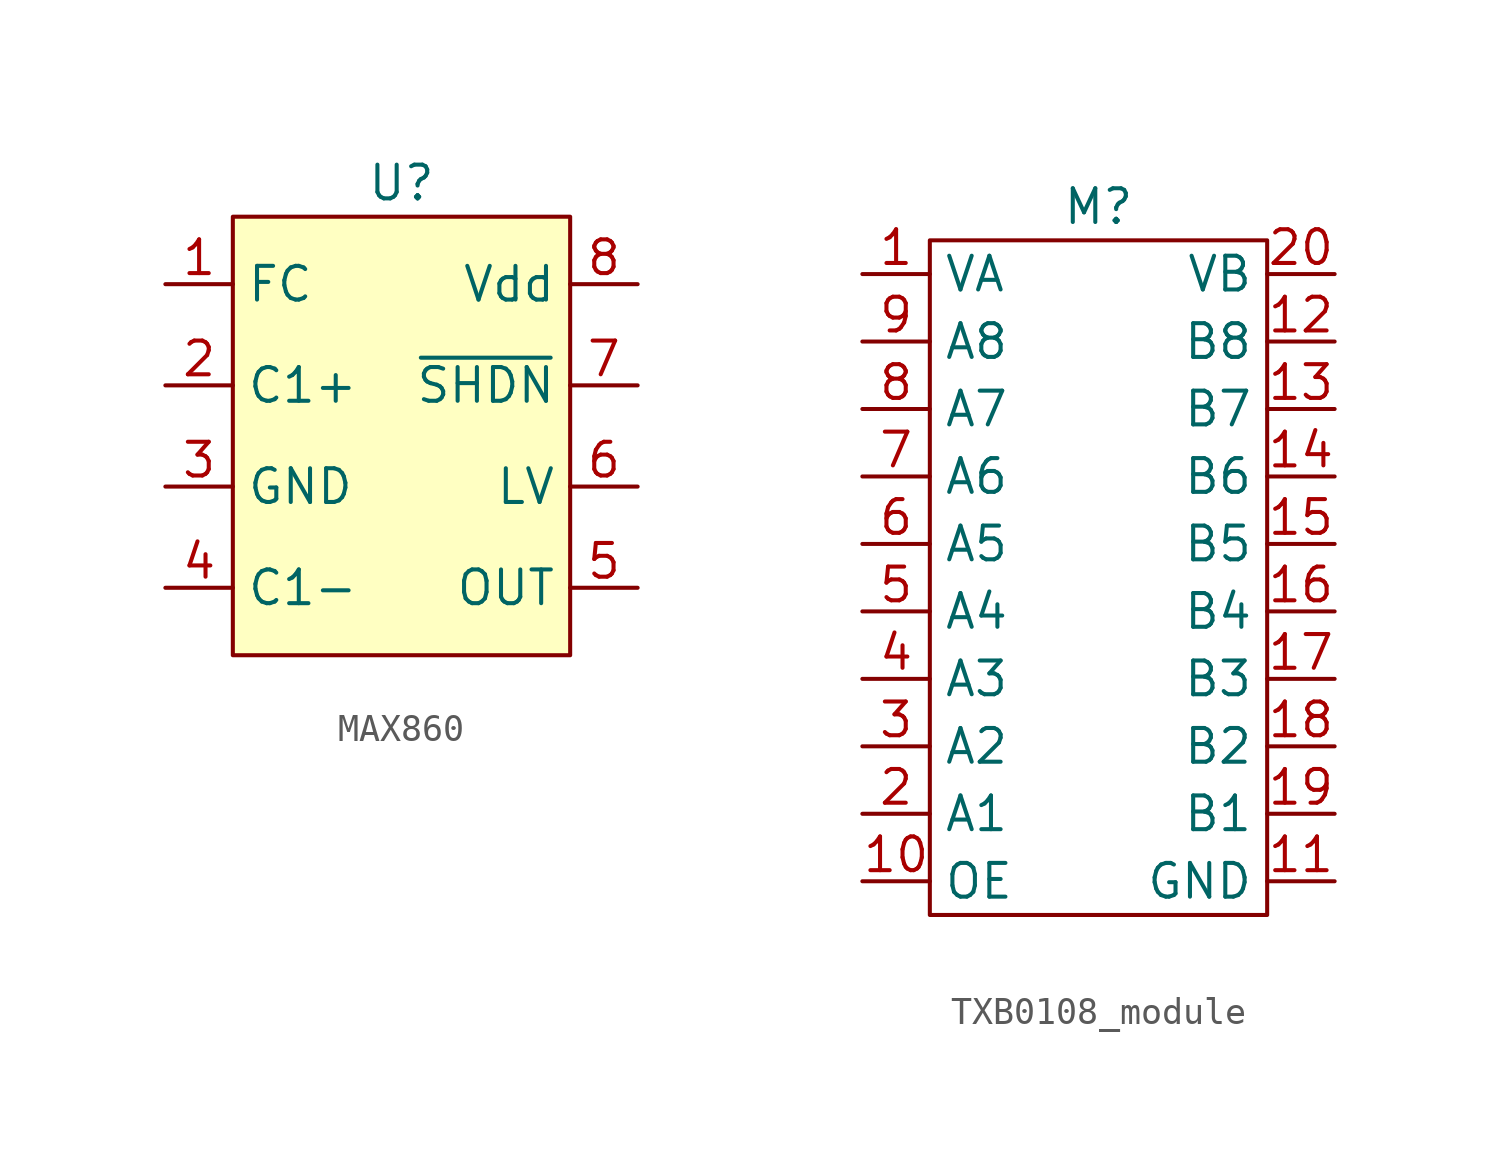
<source format=kicad_sym>
(kicad_symbol_lib
  (version 20231120)
  (generator "kicad_symbol_editor")
  (generator_version "8.0")
  (symbol "MAX860"
    (property "Reference" "U"
      (at 0 0 0)
      (effects (font (size 1.27 1.27))))
    (property "Value" ""
      (at 0 0 0)
      (effects (font (size 1.27 1.27))))
    (symbol "MAX860_1_1"
      (rectangle (start -6.35 -1.27) (end 6.35 -17.78) (stroke (width 0) (type default)) (fill (type background)))
      (pin input line (at -8.89 -3.81 0) (length 2.54) (name "FC" (effects (font (size 1.27 1.27)))) (number "1" (effects (font (size 1.27 1.27)))))
      (pin input line (at -8.89 -7.62 0) (length 2.54) (name "C1+" (effects (font (size 1.27 1.27)))) (number "2" (effects (font (size 1.27 1.27)))))
      (pin power_in line (at -8.89 -11.43 0) (length 2.54) (name "GND" (effects (font (size 1.27 1.27)))) (number "3" (effects (font (size 1.27 1.27)))))
      (pin input line (at -8.89 -15.24 0) (length 2.54) (name "C1-" (effects (font (size 1.27 1.27)))) (number "4" (effects (font (size 1.27 1.27)))))
      (pin power_out line (at 8.89 -15.24 180) (length 2.54) (name "OUT" (effects (font (size 1.27 1.27)))) (number "5" (effects (font (size 1.27 1.27)))))
      (pin input line (at 8.89 -11.43 180) (length 2.54) (name "LV" (effects (font (size 1.27 1.27)))) (number "6" (effects (font (size 1.27 1.27)))))
      (pin input line (at 8.89 -7.62 180) (length 2.54) (name "~{SHDN}" (effects (font (size 1.27 1.27)))) (number "7" (effects (font (size 1.27 1.27)))))
      (pin power_in line (at 8.89 -3.81 180) (length 2.54) (name "Vdd" (effects (font (size 1.27 1.27)))) (number "8" (effects (font (size 1.27 1.27)))))))
  (symbol "TXB0108_module"
    (property "Reference" "M"
      (at 0 15.24 0)
      (effects (font (size 1.27 1.27))))
    (property "Value" ""
      (at 0 0 0)
      (effects (font (size 1.27 1.27))))
    (symbol "TXB0108_module_0_1"
      (rectangle (start -6.35 13.97) (end 6.35 -11.43) (stroke (width 0) (type default)) (fill (type none))))
    (symbol "TXB0108_module_1_1"
      (pin power_in line (at -8.89 12.7 0) (length 2.54) (name "VA" (effects (font (size 1.27 1.27)))) (number "1" (effects (font (size 1.27 1.27)))))
      (pin input line (at -8.89 -10.16 0) (length 2.54) (name "OE" (effects (font (size 1.27 1.27)))) (number "10" (effects (font (size 1.27 1.27)))))
      (pin power_in line (at 8.89 -10.16 180) (length 2.54) (name "GND" (effects (font (size 1.27 1.27)))) (number "11" (effects (font (size 1.27 1.27)))))
      (pin bidirectional line (at 8.89 10.16 180) (length 2.54) (name "B8" (effects (font (size 1.27 1.27)))) (number "12" (effects (font (size 1.27 1.27)))))
      (pin bidirectional line (at 8.89 7.62 180) (length 2.54) (name "B7" (effects (font (size 1.27 1.27)))) (number "13" (effects (font (size 1.27 1.27)))))
      (pin bidirectional line (at 8.89 5.08 180) (length 2.54) (name "B6" (effects (font (size 1.27 1.27)))) (number "14" (effects (font (size 1.27 1.27)))))
      (pin bidirectional line (at 8.89 2.54 180) (length 2.54) (name "B5" (effects (font (size 1.27 1.27)))) (number "15" (effects (font (size 1.27 1.27)))))
      (pin bidirectional line (at 8.89 0 180) (length 2.54) (name "B4" (effects (font (size 1.27 1.27)))) (number "16" (effects (font (size 1.27 1.27)))))
      (pin bidirectional line (at 8.89 -2.54 180) (length 2.54) (name "B3" (effects (font (size 1.27 1.27)))) (number "17" (effects (font (size 1.27 1.27)))))
      (pin bidirectional line (at 8.89 -5.08 180) (length 2.54) (name "B2" (effects (font (size 1.27 1.27)))) (number "18" (effects (font (size 1.27 1.27)))))
      (pin bidirectional line (at 8.89 -7.62 180) (length 2.54) (name "B1" (effects (font (size 1.27 1.27)))) (number "19" (effects (font (size 1.27 1.27)))))
      (pin bidirectional line (at -8.89 -7.62 0) (length 2.54) (name "A1" (effects (font (size 1.27 1.27)))) (number "2" (effects (font (size 1.27 1.27)))))
      (pin power_in line (at 8.89 12.7 180) (length 2.54) (name "VB" (effects (font (size 1.27 1.27)))) (number "20" (effects (font (size 1.27 1.27)))))
      (pin bidirectional line (at -8.89 -5.08 0) (length 2.54) (name "A2" (effects (font (size 1.27 1.27)))) (number "3" (effects (font (size 1.27 1.27)))))
      (pin bidirectional line (at -8.89 -2.54 0) (length 2.54) (name "A3" (effects (font (size 1.27 1.27)))) (number "4" (effects (font (size 1.27 1.27)))))
      (pin bidirectional line (at -8.89 0 0) (length 2.54) (name "A4" (effects (font (size 1.27 1.27)))) (number "5" (effects (font (size 1.27 1.27)))))
      (pin bidirectional line (at -8.89 2.54 0) (length 2.54) (name "A5" (effects (font (size 1.27 1.27)))) (number "6" (effects (font (size 1.27 1.27)))))
      (pin bidirectional line (at -8.89 5.08 0) (length 2.54) (name "A6" (effects (font (size 1.27 1.27)))) (number "7" (effects (font (size 1.27 1.27)))))
      (pin bidirectional line (at -8.89 7.62 0) (length 2.54) (name "A7" (effects (font (size 1.27 1.27)))) (number "8" (effects (font (size 1.27 1.27)))))
      (pin bidirectional line (at -8.89 10.16 0) (length 2.54) (name "A8" (effects (font (size 1.27 1.27)))) (number "9" (effects (font (size 1.27 1.27))))))))
</source>
